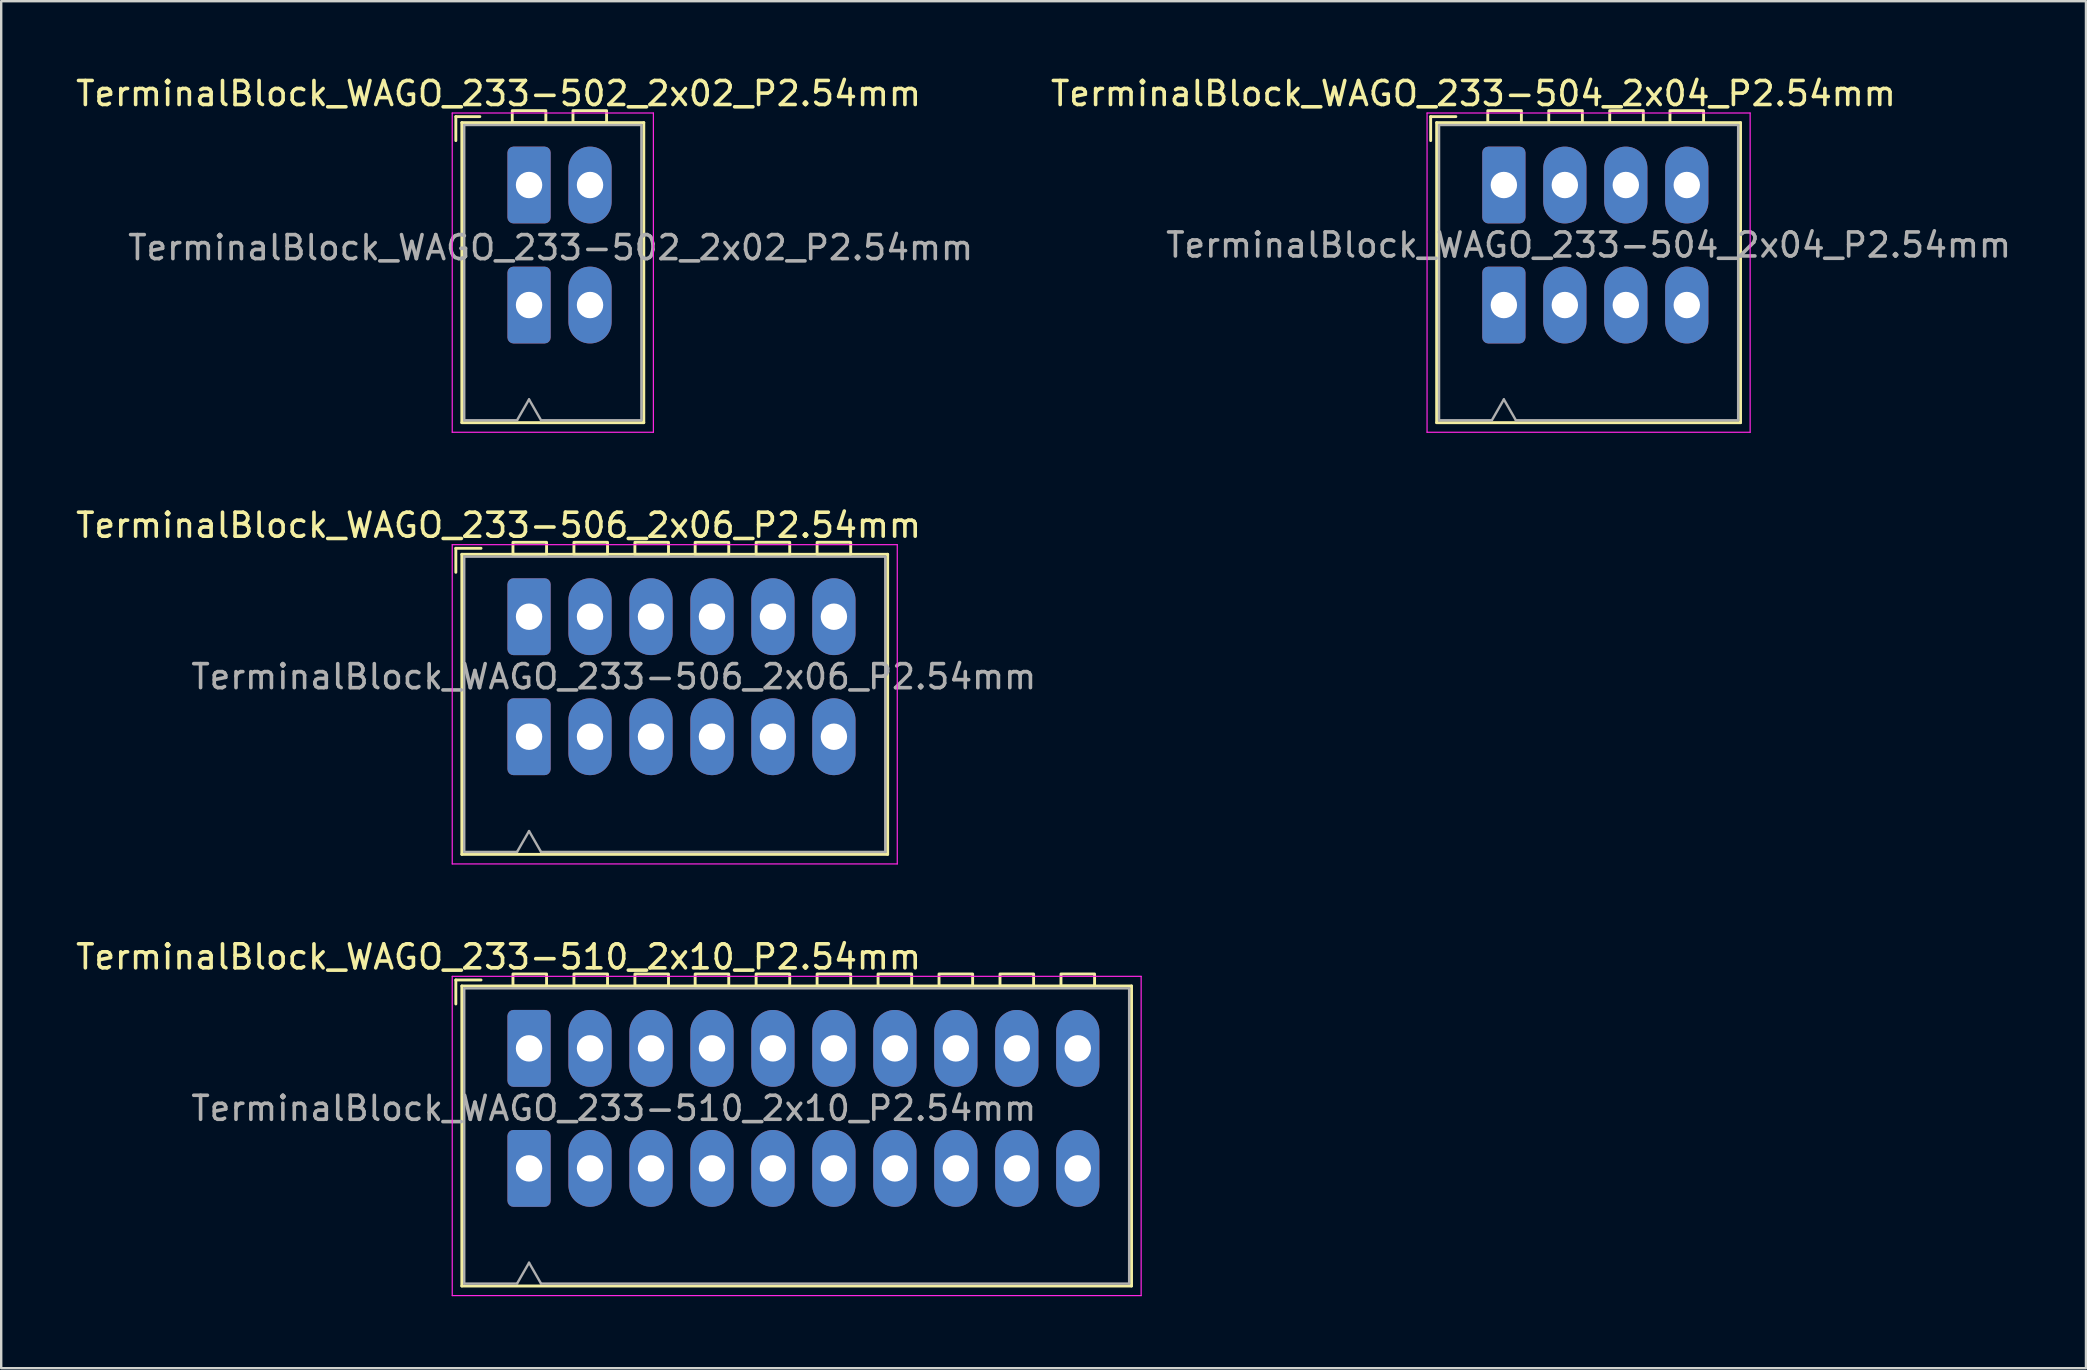
<source format=kicad_pcb>
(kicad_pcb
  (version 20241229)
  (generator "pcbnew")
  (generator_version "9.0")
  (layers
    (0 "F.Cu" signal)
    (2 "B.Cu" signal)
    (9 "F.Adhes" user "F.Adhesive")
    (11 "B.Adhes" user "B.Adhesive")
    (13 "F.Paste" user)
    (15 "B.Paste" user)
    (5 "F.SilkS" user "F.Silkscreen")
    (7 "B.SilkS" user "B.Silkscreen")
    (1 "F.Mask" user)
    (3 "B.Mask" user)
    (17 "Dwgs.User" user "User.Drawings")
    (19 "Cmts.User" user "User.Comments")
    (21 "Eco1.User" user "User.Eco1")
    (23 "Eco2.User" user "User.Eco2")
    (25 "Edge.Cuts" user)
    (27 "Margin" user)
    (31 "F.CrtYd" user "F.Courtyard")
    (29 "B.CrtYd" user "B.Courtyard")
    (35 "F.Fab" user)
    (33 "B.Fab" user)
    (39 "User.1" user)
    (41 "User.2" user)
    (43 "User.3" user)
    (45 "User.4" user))
  (footprint "TerminalBlock_WAGO_233-504_2x04_P2.54mm"
    (layer "F.Cu")
    (at 59.601 4.658)
    (property "Reference" "TerminalBlock_WAGO_233-504_2x04_P2.54mm" (at -1.27 -3.81 0) (layer "F.SilkS") (effects (font (size 1 1) (thickness 0.15))))
    (attr through_hole)
    (fp_line (start -3.05 -2.85) (end -3.05 -1.85) (stroke (width 0.12) (type default)) (layer "F.SilkS"))
    (fp_line (start -3.05 -2.85) (end -2 -2.85) (stroke (width 0.12) (type default)) (layer "F.SilkS"))
    (fp_line (start -2.8 -2.6) (end 9.86 -2.6) (stroke (width 0.12) (type solid)) (layer "F.SilkS"))
    (fp_line (start -2.8 9.9) (end -2.8 -2.6) (stroke (width 0.12) (type solid)) (layer "F.SilkS"))
    (fp_line (start 9.86 -2.6) (end 9.86 9.9) (stroke (width 0.12) (type solid)) (layer "F.SilkS"))
    (fp_line (start 9.86 9.9) (end -2.8 9.9) (stroke (width 0.12) (type solid)) (layer "F.SilkS"))
    (fp_rect (start -0.67 -3.1) (end 0.73 -2.6) (stroke (width 0.12) (type default)) (fill no) (layer "F.SilkS"))
    (fp_rect (start 1.87 -3.1) (end 3.27 -2.6) (stroke (width 0.12) (type default)) (fill no) (layer "F.SilkS"))
    (fp_rect (start 4.41 -3.1) (end 5.81 -2.6) (stroke (width 0.12) (type default)) (fill no) (layer "F.SilkS"))
    (fp_rect (start 6.92 -3.099) (end 8.32 -2.599) (stroke (width 0.12) (type default)) (fill no) (layer "F.SilkS"))
    (fp_line (start -3.2 -3) (end 10.26 -3) (stroke (width 0.05) (type solid)) (layer "F.CrtYd"))
    (fp_line (start -3.2 10.3) (end -3.2 -3) (stroke (width 0.05) (type solid)) (layer "F.CrtYd"))
    (fp_line (start 10.26 -3) (end 10.26 10.3) (stroke (width 0.05) (type solid)) (layer "F.CrtYd"))
    (fp_line (start 10.26 10.3) (end -3.2 10.3) (stroke (width 0.05) (type solid)) (layer "F.CrtYd"))
    (fp_line (start -2.7 -2.5) (end 9.76 -2.5) (stroke (width 0.1) (type default)) (layer "F.Fab"))
    (fp_line (start -2.7 9.8) (end -2.7 -2.5) (stroke (width 0.1) (type default)) (layer "F.Fab"))
    (fp_line (start -2.7 9.8) (end -0.5 9.8) (stroke (width 0.1) (type default)) (layer "F.Fab"))
    (fp_line (start 0 8.93) (end -0.5 9.8) (stroke (width 0.1) (type default)) (layer "F.Fab"))
    (fp_line (start 0.5 9.8) (end 0 8.93) (stroke (width 0.1) (type default)) (layer "F.Fab"))
    (fp_line (start 0.5 9.8) (end 9.76 9.8) (stroke (width 0.1) (type default)) (layer "F.Fab"))
    (fp_line (start 9.76 -2.5) (end 9.76 9.8) (stroke (width 0.1) (type default)) (layer "F.Fab"))
    (fp_text user "${REFERENCE}" (at 3.53 2.5 0) (layer "F.Fab") (effects (font (size 1 1) (thickness 0.15))))
    (pad "1" thru_hole roundrect (at 0 0) (size 1.8 3.2) (drill 1.1) (layers "*.Cu" "*.Mask") (roundrect_rratio 0.139))
    (pad "1" thru_hole roundrect (at 0 5) (size 1.8 3.2) (drill 1.1) (layers "*.Cu" "*.Mask") (roundrect_rratio 0.139))
    (pad "2" thru_hole oval (at 2.54 0) (size 1.8 3.2) (drill 1.1) (layers "*.Cu" "*.Mask"))
    (pad "2" thru_hole oval (at 2.54 5) (size 1.8 3.2) (drill 1.1) (layers "*.Cu" "*.Mask"))
    (pad "3" thru_hole oval (at 5.08 0) (size 1.8 3.2) (drill 1.1) (layers "*.Cu" "*.Mask"))
    (pad "3" thru_hole oval (at 5.08 5) (size 1.8 3.2) (drill 1.1) (layers "*.Cu" "*.Mask"))
    (pad "4" thru_hole oval (at 7.62 0) (size 1.8 3.2) (drill 1.1) (layers "*.Cu" "*.Mask"))
    (pad "4" thru_hole oval (at 7.62 5) (size 1.8 3.2) (drill 1.1) (layers "*.Cu" "*.Mask")))
  (footprint "TerminalBlock_WAGO_233-506_2x06_P2.54mm"
    (layer "F.Cu")
    (at 18.99 22.642)
    (property "Reference" "TerminalBlock_WAGO_233-506_2x06_P2.54mm" (at -1.27 -3.81 0) (layer "F.SilkS") (effects (font (size 1 1) (thickness 0.15))))
    (attr through_hole)
    (fp_line (start -3.05 -2.85) (end -3.05 -1.85) (stroke (width 0.12) (type default)) (layer "F.SilkS"))
    (fp_line (start -3.05 -2.85) (end -2 -2.85) (stroke (width 0.12) (type default)) (layer "F.SilkS"))
    (fp_line (start -2.8 -2.6) (end 14.94 -2.6) (stroke (width 0.12) (type solid)) (layer "F.SilkS"))
    (fp_line (start -2.8 9.9) (end -2.8 -2.6) (stroke (width 0.12) (type solid)) (layer "F.SilkS"))
    (fp_line (start 14.94 -2.6) (end 14.94 9.9) (stroke (width 0.12) (type solid)) (layer "F.SilkS"))
    (fp_line (start 14.94 9.9) (end -2.8 9.9) (stroke (width 0.12) (type solid)) (layer "F.SilkS"))
    (fp_rect (start -0.67 -3.1) (end 0.73 -2.6) (stroke (width 0.12) (type default)) (fill no) (layer "F.SilkS"))
    (fp_rect (start 1.87 -3.1) (end 3.27 -2.6) (stroke (width 0.12) (type default)) (fill no) (layer "F.SilkS"))
    (fp_rect (start 4.41 -3.1) (end 5.81 -2.6) (stroke (width 0.12) (type default)) (fill no) (layer "F.SilkS"))
    (fp_rect (start 6.92 -3.1) (end 8.32 -2.6) (stroke (width 0.12) (type default)) (fill no) (layer "F.SilkS"))
    (fp_rect (start 9.46 -3.101) (end 10.86 -2.601) (stroke (width 0.12) (type default)) (fill no) (layer "F.SilkS"))
    (fp_rect (start 12 -3.101) (end 13.4 -2.601) (stroke (width 0.12) (type default)) (fill no) (layer "F.SilkS"))
    (fp_line (start -3.2 -3) (end 15.34 -3) (stroke (width 0.05) (type solid)) (layer "F.CrtYd"))
    (fp_line (start -3.2 10.3) (end -3.2 -3) (stroke (width 0.05) (type solid)) (layer "F.CrtYd"))
    (fp_line (start 15.34 -3) (end 15.34 10.3) (stroke (width 0.05) (type solid)) (layer "F.CrtYd"))
    (fp_line (start 15.34 10.3) (end -3.2 10.3) (stroke (width 0.05) (type solid)) (layer "F.CrtYd"))
    (fp_line (start -2.7 -2.5) (end 14.84 -2.5) (stroke (width 0.1) (type default)) (layer "F.Fab"))
    (fp_line (start -2.7 9.8) (end -2.7 -2.5) (stroke (width 0.1) (type default)) (layer "F.Fab"))
    (fp_line (start -2.7 9.8) (end -0.5 9.8) (stroke (width 0.1) (type default)) (layer "F.Fab"))
    (fp_line (start 0 8.93) (end -0.5 9.8) (stroke (width 0.1) (type default)) (layer "F.Fab"))
    (fp_line (start 0.5 9.8) (end 0 8.93) (stroke (width 0.1) (type default)) (layer "F.Fab"))
    (fp_line (start 0.5 9.8) (end 14.84 9.8) (stroke (width 0.1) (type default)) (layer "F.Fab"))
    (fp_line (start 14.84 -2.5) (end 14.84 9.8) (stroke (width 0.1) (type default)) (layer "F.Fab"))
    (fp_text user "${REFERENCE}" (at 3.53 2.5 0) (layer "F.Fab") (effects (font (size 1 1) (thickness 0.15))))
    (pad "1" thru_hole roundrect (at 0 0) (size 1.8 3.2) (drill 1.1) (layers "*.Cu" "*.Mask") (roundrect_rratio 0.139))
    (pad "1" thru_hole roundrect (at 0 5) (size 1.8 3.2) (drill 1.1) (layers "*.Cu" "*.Mask") (roundrect_rratio 0.139))
    (pad "2" thru_hole oval (at 2.54 0) (size 1.8 3.2) (drill 1.1) (layers "*.Cu" "*.Mask"))
    (pad "2" thru_hole oval (at 2.54 5) (size 1.8 3.2) (drill 1.1) (layers "*.Cu" "*.Mask"))
    (pad "3" thru_hole oval (at 5.08 0) (size 1.8 3.2) (drill 1.1) (layers "*.Cu" "*.Mask"))
    (pad "3" thru_hole oval (at 5.08 5) (size 1.8 3.2) (drill 1.1) (layers "*.Cu" "*.Mask"))
    (pad "4" thru_hole oval (at 7.62 0) (size 1.8 3.2) (drill 1.1) (layers "*.Cu" "*.Mask"))
    (pad "4" thru_hole oval (at 7.62 5) (size 1.8 3.2) (drill 1.1) (layers "*.Cu" "*.Mask"))
    (pad "5" thru_hole oval (at 10.16 0) (size 1.8 3.2) (drill 1.1) (layers "*.Cu" "*.Mask"))
    (pad "5" thru_hole oval (at 10.16 5) (size 1.8 3.2) (drill 1.1) (layers "*.Cu" "*.Mask"))
    (pad "6" thru_hole oval (at 12.7 0) (size 1.8 3.2) (drill 1.1) (layers "*.Cu" "*.Mask"))
    (pad "6" thru_hole oval (at 12.7 5) (size 1.8 3.2) (drill 1.1) (layers "*.Cu" "*.Mask")))
  (footprint "TerminalBlock_WAGO_233-510_2x10_P2.54mm"
    (layer "F.Cu")
    (at 18.99 40.625)
    (property "Reference" "TerminalBlock_WAGO_233-510_2x10_P2.54mm" (at -1.27 -3.81 0) (layer "F.SilkS") (effects (font (size 1 1) (thickness 0.15))))
    (attr through_hole)
    (fp_line (start -3.05 -2.85) (end -3.05 -1.85) (stroke (width 0.12) (type default)) (layer "F.SilkS"))
    (fp_line (start -3.05 -2.85) (end -2 -2.85) (stroke (width 0.12) (type default)) (layer "F.SilkS"))
    (fp_line (start -2.8 -2.6) (end 25.1 -2.6) (stroke (width 0.12) (type solid)) (layer "F.SilkS"))
    (fp_line (start -2.8 9.9) (end -2.8 -2.6) (stroke (width 0.12) (type solid)) (layer "F.SilkS"))
    (fp_line (start 25.1 -2.6) (end 25.1 9.9) (stroke (width 0.12) (type solid)) (layer "F.SilkS"))
    (fp_line (start 25.1 9.9) (end -2.8 9.9) (stroke (width 0.12) (type solid)) (layer "F.SilkS"))
    (fp_rect (start -0.67 -3.1) (end 0.73 -2.6) (stroke (width 0.12) (type default)) (fill no) (layer "F.SilkS"))
    (fp_rect (start 1.87 -3.1) (end 3.27 -2.6) (stroke (width 0.12) (type default)) (fill no) (layer "F.SilkS"))
    (fp_rect (start 4.41 -3.1) (end 5.81 -2.6) (stroke (width 0.12) (type default)) (fill no) (layer "F.SilkS"))
    (fp_rect (start 6.92 -3.1) (end 8.32 -2.6) (stroke (width 0.12) (type default)) (fill no) (layer "F.SilkS"))
    (fp_rect (start 9.46 -3.101) (end 10.86 -2.601) (stroke (width 0.12) (type default)) (fill no) (layer "F.SilkS"))
    (fp_rect (start 12 -3.101) (end 13.4 -2.601) (stroke (width 0.12) (type default)) (fill no) (layer "F.SilkS"))
    (fp_rect (start 14.54 -3.1) (end 15.94 -2.6) (stroke (width 0.12) (type default)) (fill no) (layer "F.SilkS"))
    (fp_rect (start 17.08 -3.1) (end 18.48 -2.6) (stroke (width 0.12) (type default)) (fill no) (layer "F.SilkS"))
    (fp_rect (start 19.62 -3.1) (end 21.02 -2.6) (stroke (width 0.12) (type default)) (fill no) (layer "F.SilkS"))
    (fp_rect (start 22.16 -3.1) (end 23.56 -2.6) (stroke (width 0.12) (type default)) (fill no) (layer "F.SilkS"))
    (fp_line (start -3.2 -3) (end 25.5 -3) (stroke (width 0.05) (type solid)) (layer "F.CrtYd"))
    (fp_line (start -3.2 10.3) (end -3.2 -3) (stroke (width 0.05) (type solid)) (layer "F.CrtYd"))
    (fp_line (start 25.5 -3) (end 25.5 10.3) (stroke (width 0.05) (type solid)) (layer "F.CrtYd"))
    (fp_line (start 25.5 10.3) (end -3.2 10.3) (stroke (width 0.05) (type solid)) (layer "F.CrtYd"))
    (fp_line (start -2.7 -2.5) (end 25 -2.5) (stroke (width 0.1) (type default)) (layer "F.Fab"))
    (fp_line (start -2.7 9.8) (end -2.7 -2.5) (stroke (width 0.1) (type default)) (layer "F.Fab"))
    (fp_line (start -2.7 9.8) (end -0.5 9.8) (stroke (width 0.1) (type default)) (layer "F.Fab"))
    (fp_line (start 0 8.93) (end -0.5 9.8) (stroke (width 0.1) (type default)) (layer "F.Fab"))
    (fp_line (start 0.5 9.8) (end 0 8.93) (stroke (width 0.1) (type default)) (layer "F.Fab"))
    (fp_line (start 0.5 9.8) (end 25 9.8) (stroke (width 0.1) (type default)) (layer "F.Fab"))
    (fp_line (start 25 -2.5) (end 25 9.8) (stroke (width 0.1) (type default)) (layer "F.Fab"))
    (fp_text user "${REFERENCE}" (at 3.53 2.5 0) (layer "F.Fab") (effects (font (size 1 1) (thickness 0.15))))
    (pad "1" thru_hole roundrect (at 0 0) (size 1.8 3.2) (drill 1.1) (layers "*.Cu" "*.Mask") (roundrect_rratio 0.139))
    (pad "1" thru_hole roundrect (at 0 5) (size 1.8 3.2) (drill 1.1) (layers "*.Cu" "*.Mask") (roundrect_rratio 0.139))
    (pad "2" thru_hole oval (at 2.54 0) (size 1.8 3.2) (drill 1.1) (layers "*.Cu" "*.Mask"))
    (pad "2" thru_hole oval (at 2.54 5) (size 1.8 3.2) (drill 1.1) (layers "*.Cu" "*.Mask"))
    (pad "3" thru_hole oval (at 5.08 0) (size 1.8 3.2) (drill 1.1) (layers "*.Cu" "*.Mask"))
    (pad "3" thru_hole oval (at 5.08 5) (size 1.8 3.2) (drill 1.1) (layers "*.Cu" "*.Mask"))
    (pad "4" thru_hole oval (at 7.62 0) (size 1.8 3.2) (drill 1.1) (layers "*.Cu" "*.Mask"))
    (pad "4" thru_hole oval (at 7.62 5) (size 1.8 3.2) (drill 1.1) (layers "*.Cu" "*.Mask"))
    (pad "5" thru_hole oval (at 10.16 0) (size 1.8 3.2) (drill 1.1) (layers "*.Cu" "*.Mask"))
    (pad "5" thru_hole oval (at 10.16 5) (size 1.8 3.2) (drill 1.1) (layers "*.Cu" "*.Mask"))
    (pad "6" thru_hole oval (at 12.7 0) (size 1.8 3.2) (drill 1.1) (layers "*.Cu" "*.Mask"))
    (pad "6" thru_hole oval (at 12.7 5) (size 1.8 3.2) (drill 1.1) (layers "*.Cu" "*.Mask"))
    (pad "7" thru_hole oval (at 15.24 0) (size 1.8 3.2) (drill 1.1) (layers "*.Cu" "*.Mask"))
    (pad "7" thru_hole oval (at 15.24 5) (size 1.8 3.2) (drill 1.1) (layers "*.Cu" "*.Mask"))
    (pad "8" thru_hole oval (at 17.78 0) (size 1.8 3.2) (drill 1.1) (layers "*.Cu" "*.Mask"))
    (pad "8" thru_hole oval (at 17.78 5) (size 1.8 3.2) (drill 1.1) (layers "*.Cu" "*.Mask"))
    (pad "9" thru_hole oval (at 20.32 0) (size 1.8 3.2) (drill 1.1) (layers "*.Cu" "*.Mask"))
    (pad "9" thru_hole oval (at 20.32 5) (size 1.8 3.2) (drill 1.1) (layers "*.Cu" "*.Mask"))
    (pad "10" thru_hole oval (at 22.86 0) (size 1.8 3.2) (drill 1.1) (layers "*.Cu" "*.Mask"))
    (pad "10" thru_hole oval (at 22.86 5) (size 1.8 3.2) (drill 1.1) (layers "*.Cu" "*.Mask")))
  (footprint "TerminalBlock_WAGO_233-502_2x02_P2.54mm"
    (layer "F.Cu")
    (at 18.99 4.658)
    (property "Reference" "TerminalBlock_WAGO_233-502_2x02_P2.54mm" (at -1.27 -3.81 0) (layer "F.SilkS") (effects (font (size 1 1) (thickness 0.15))))
    (attr through_hole)
    (fp_line (start -3.05 -2.85) (end -2.05 -2.85) (stroke (width 0.12) (type default)) (layer "F.SilkS"))
    (fp_line (start -3.05 -1.85) (end -3.05 -2.85) (stroke (width 0.12) (type default)) (layer "F.SilkS"))
    (fp_line (start -2.8 -2.6) (end 4.78 -2.6) (stroke (width 0.12) (type solid)) (layer "F.SilkS"))
    (fp_line (start -2.8 9.9) (end -2.8 -2.6) (stroke (width 0.12) (type solid)) (layer "F.SilkS"))
    (fp_line (start 4.78 -2.6) (end 4.78 9.9) (stroke (width 0.12) (type solid)) (layer "F.SilkS"))
    (fp_line (start 4.78 9.9) (end -2.8 9.9) (stroke (width 0.12) (type solid)) (layer "F.SilkS"))
    (fp_rect (start -0.7 -3.1) (end 0.7 -2.6) (stroke (width 0.12) (type default)) (fill no) (layer "F.SilkS"))
    (fp_rect (start 1.83 -3.1) (end 3.23 -2.6) (stroke (width 0.12) (type default)) (fill no) (layer "F.SilkS"))
    (fp_line (start -3.2 -3) (end 5.18 -3) (stroke (width 0.05) (type solid)) (layer "F.CrtYd"))
    (fp_line (start -3.2 10.3) (end -3.2 -3) (stroke (width 0.05) (type solid)) (layer "F.CrtYd"))
    (fp_line (start 5.18 -3) (end 5.18 10.3) (stroke (width 0.05) (type solid)) (layer "F.CrtYd"))
    (fp_line (start 5.18 10.3) (end -3.2 10.3) (stroke (width 0.05) (type solid)) (layer "F.CrtYd"))
    (fp_line (start -2.7 -2.5) (end 4.68 -2.5) (stroke (width 0.1) (type default)) (layer "F.Fab"))
    (fp_line (start -2.7 9.8) (end -2.7 -2.5) (stroke (width 0.1) (type default)) (layer "F.Fab"))
    (fp_line (start -0.5 9.8) (end -2.7 9.8) (stroke (width 0.1) (type default)) (layer "F.Fab"))
    (fp_line (start 0 8.93) (end -0.5 9.8) (stroke (width 0.1) (type default)) (layer "F.Fab"))
    (fp_line (start 0.5 9.8) (end 0 8.93) (stroke (width 0.1) (type default)) (layer "F.Fab"))
    (fp_line (start 4.68 -2.5) (end 4.68 9.8) (stroke (width 0.1) (type default)) (layer "F.Fab"))
    (fp_line (start 4.68 9.8) (end 0.5 9.8) (stroke (width 0.1) (type default)) (layer "F.Fab"))
    (fp_text user "${REFERENCE}" (at 0.9 2.61 0) (layer "F.Fab") (effects (font (size 1 1) (thickness 0.15))))
    (pad "1" thru_hole roundrect (at 0 0) (size 1.8 3.2) (drill 1.1) (layers "*.Cu" "*.Mask") (roundrect_rratio 0.139))
    (pad "1" thru_hole roundrect (at 0 5) (size 1.8 3.2) (drill 1.1) (layers "*.Cu" "*.Mask") (roundrect_rratio 0.139))
    (pad "2" thru_hole oval (at 2.54 0) (size 1.8 3.2) (drill 1.1) (layers "*.Cu" "*.Mask"))
    (pad "2" thru_hole oval (at 2.54 5) (size 1.8 3.2) (drill 1.1) (layers "*.Cu" "*.Mask")))
  (gr_rect
    (start -3 -3)
    (end 83.851 53.95)
    (stroke (width 0.1) (type default))
    (fill no)
    (layer "Edge.Cuts")))
</source>
